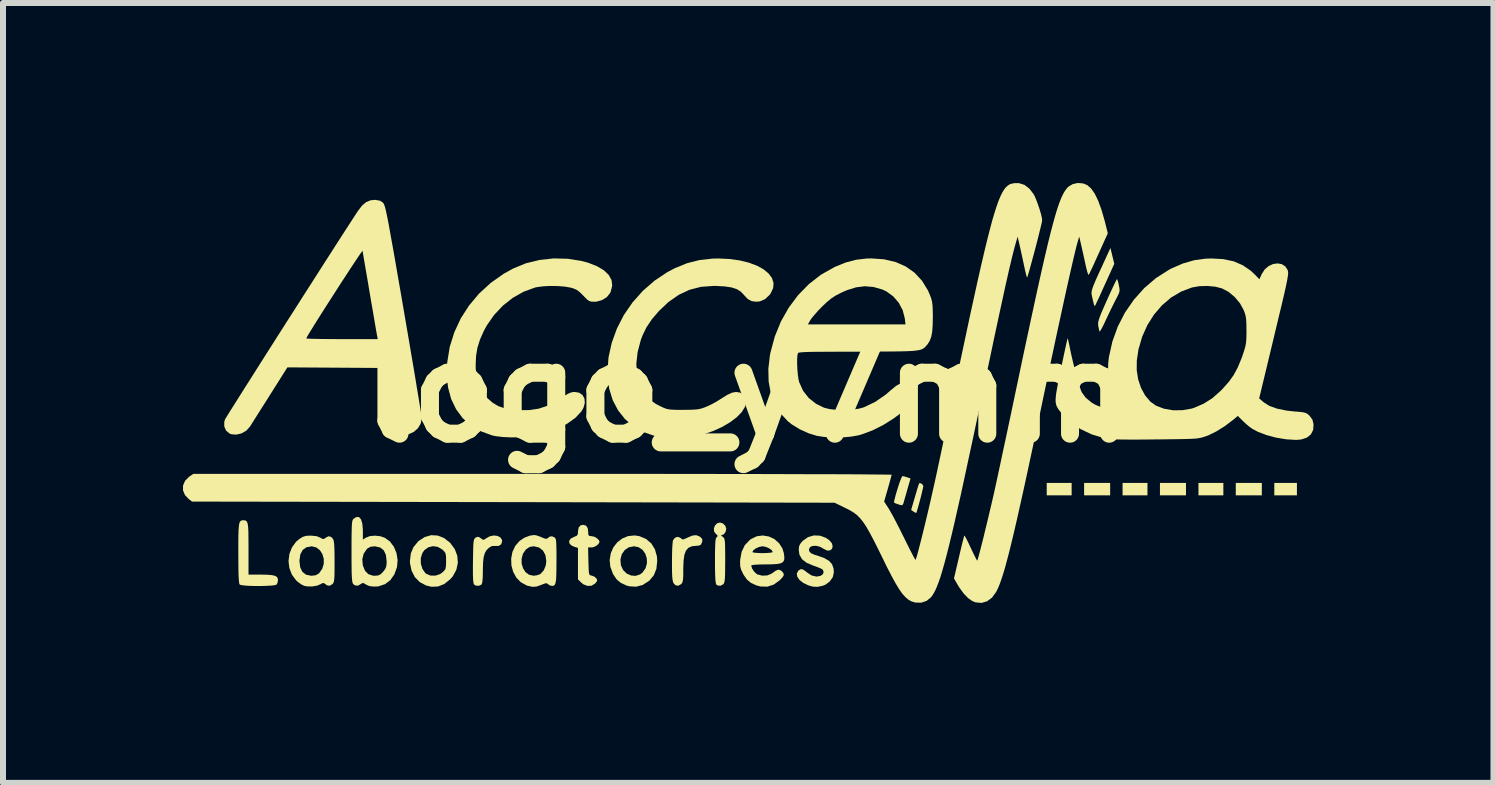
<source format=kicad_pcb>
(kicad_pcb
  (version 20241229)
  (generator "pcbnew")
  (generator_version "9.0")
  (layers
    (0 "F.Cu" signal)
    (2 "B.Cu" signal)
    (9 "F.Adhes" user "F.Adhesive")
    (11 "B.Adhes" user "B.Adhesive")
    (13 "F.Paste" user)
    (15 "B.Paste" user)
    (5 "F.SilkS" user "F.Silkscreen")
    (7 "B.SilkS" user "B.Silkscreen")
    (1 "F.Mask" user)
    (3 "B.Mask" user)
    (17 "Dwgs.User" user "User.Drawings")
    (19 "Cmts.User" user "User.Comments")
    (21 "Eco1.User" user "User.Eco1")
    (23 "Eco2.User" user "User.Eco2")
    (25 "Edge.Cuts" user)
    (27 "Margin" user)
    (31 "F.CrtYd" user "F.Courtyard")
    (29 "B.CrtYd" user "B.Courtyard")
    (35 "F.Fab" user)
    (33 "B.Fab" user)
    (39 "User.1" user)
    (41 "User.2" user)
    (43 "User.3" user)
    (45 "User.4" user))
  (footprint "logo_y7mm"
    (layer "F.Cu")
    (at 9.414 3.489)
    (property "Reference" "logo_y7mm" (at 0 0 0) (layer "F.SilkS") (effects (font (size 1.524 1.524) (thickness 0.3))))
    (attr board_only exclude_from_pos_files exclude_from_bom)
    (fp_poly (pts (xy 5.397 1.717) (xy 4.982 1.717) (xy 4.982 1.51) (xy 5.397 1.51)) (stroke (width 0) (type solid)) (fill yes) (layer "F.SilkS"))
    (fp_poly (pts (xy 6.039 1.717) (xy 5.605 1.717) (xy 5.605 1.51) (xy 6.039 1.51)) (stroke (width 0) (type solid)) (fill yes) (layer "F.SilkS"))
    (fp_poly (pts (xy 6.661 1.717) (xy 6.246 1.717) (xy 6.246 1.51) (xy 6.661 1.51)) (stroke (width 0) (type solid)) (fill yes) (layer "F.SilkS"))
    (fp_poly (pts (xy 7.303 1.717) (xy 6.869 1.717) (xy 6.869 1.51) (xy 7.303 1.51)) (stroke (width 0) (type solid)) (fill yes) (layer "F.SilkS"))
    (fp_poly (pts (xy 7.926 1.717) (xy 7.511 1.717) (xy 7.511 1.51) (xy 7.926 1.51)) (stroke (width 0) (type solid)) (fill yes) (layer "F.SilkS"))
    (fp_poly (pts (xy 8.567 1.717) (xy 8.133 1.717) (xy 8.133 1.51) (xy 8.567 1.51)) (stroke (width 0) (type solid)) (fill yes) (layer "F.SilkS"))
    (fp_poly (pts (xy 9.152 1.717) (xy 8.775 1.717) (xy 8.775 1.51) (xy 9.152 1.51)) (stroke (width 0) (type solid)) (fill yes) (layer "F.SilkS"))
    (fp_poly (pts (xy 2.908 1.532) (xy 2.924 1.559) (xy 2.925 1.564) (xy 2.92 1.591) (xy 2.908 1.644) (xy 2.891 1.715) (xy 2.871 1.793) (xy 2.85 1.87) (xy 2.831 1.938) (xy 2.816 1.988) (xy 2.808 2.01) (xy 2.808 2.01) (xy 2.79 2.005) (xy 2.762 1.988) (xy 2.722 1.961) (xy 2.786 1.742) (xy 2.811 1.657) (xy 2.832 1.586) (xy 2.848 1.537) (xy 2.856 1.516) (xy 2.856 1.516) (xy 2.879 1.514)) (stroke (width 0) (type solid)) (fill yes) (layer "F.SilkS"))
    (fp_poly (pts (xy 2.609 1.402) (xy 2.655 1.416) (xy 2.712 1.436) (xy 2.667 1.591) (xy 2.644 1.673) (xy 2.622 1.749) (xy 2.605 1.808) (xy 2.603 1.816) (xy 2.589 1.863) (xy 2.572 1.881) (xy 2.54 1.878) (xy 2.5 1.864) (xy 2.459 1.849) (xy 2.438 1.839) (xy 2.438 1.839) (xy 2.438 1.818) (xy 2.449 1.771) (xy 2.466 1.705) (xy 2.489 1.629) (xy 2.513 1.552) (xy 2.537 1.482) (xy 2.558 1.429) (xy 2.573 1.399) (xy 2.576 1.396)) (stroke (width 0) (type solid)) (fill yes) (layer "F.SilkS"))
    (fp_poly (pts (xy 6.076 -2.274) (xy 6.108 -2.142) (xy 5.95 -1.794) (xy 5.902 -1.689) (xy 5.86 -1.595) (xy 5.824 -1.519) (xy 5.799 -1.466) (xy 5.786 -1.44) (xy 5.786 -1.439) (xy 5.775 -1.447) (xy 5.768 -1.466) (xy 5.759 -1.504) (xy 5.745 -1.562) (xy 5.738 -1.595) (xy 5.732 -1.621) (xy 5.729 -1.646) (xy 5.729 -1.672) (xy 5.735 -1.704) (xy 5.748 -1.745) (xy 5.769 -1.799) (xy 5.799 -1.871) (xy 5.84 -1.963) (xy 5.894 -2.08) (xy 5.961 -2.226) (xy 5.996 -2.302) (xy 6.044 -2.406)) (stroke (width 0) (type solid)) (fill yes) (layer "F.SilkS"))
    (fp_poly (pts (xy 6.162 -1.87) (xy 6.175 -1.827) (xy 6.184 -1.785) (xy 6.194 -1.732) (xy 6.196 -1.692) (xy 6.186 -1.652) (xy 6.162 -1.601) (xy 6.137 -1.554) (xy 6.101 -1.483) (xy 6.055 -1.39) (xy 6.007 -1.29) (xy 5.97 -1.211) (xy 5.933 -1.132) (xy 5.9 -1.068) (xy 5.876 -1.027) (xy 5.864 -1.013) (xy 5.863 -1.013) (xy 5.855 -1.04) (xy 5.844 -1.089) (xy 5.841 -1.106) (xy 5.838 -1.136) (xy 5.84 -1.167) (xy 5.849 -1.206) (xy 5.866 -1.257) (xy 5.894 -1.327) (xy 5.934 -1.42) (xy 5.985 -1.535) (xy 6.033 -1.641) (xy 6.076 -1.734) (xy 6.112 -1.81) (xy 6.138 -1.862) (xy 6.151 -1.886) (xy 6.153 -1.887)) (stroke (width 0) (type solid)) (fill yes) (layer "F.SilkS"))
    (fp_poly (pts (xy -4.173 2.393) (xy -4.124 2.418) (xy -4.097 2.46) (xy -4.095 2.48) (xy -4.11 2.532) (xy -4.151 2.56) (xy -4.207 2.56) (xy -4.265 2.562) (xy -4.313 2.589) (xy -4.355 2.63) (xy -4.384 2.681) (xy -4.403 2.748) (xy -4.413 2.839) (xy -4.416 2.96) (xy -4.416 2.968) (xy -4.418 3.081) (xy -4.424 3.159) (xy -4.435 3.2) (xy -4.438 3.204) (xy -4.481 3.224) (xy -4.531 3.222) (xy -4.565 3.201) (xy -4.573 3.174) (xy -4.579 3.117) (xy -4.582 3.027) (xy -4.582 2.903) (xy -4.581 2.812) (xy -4.579 2.686) (xy -4.577 2.592) (xy -4.574 2.526) (xy -4.569 2.481) (xy -4.562 2.453) (xy -4.553 2.436) (xy -4.54 2.424) (xy -4.537 2.422) (xy -4.504 2.407) (xy -4.475 2.415) (xy -4.451 2.432) (xy -4.417 2.456) (xy -4.393 2.455) (xy -4.364 2.435) (xy -4.302 2.4) (xy -4.235 2.386)) (stroke (width 0) (type solid)) (fill yes) (layer "F.SilkS"))
    (fp_poly (pts (xy -8.381 2.134) (xy -8.361 2.142) (xy -8.346 2.161) (xy -8.335 2.195) (xy -8.328 2.249) (xy -8.324 2.326) (xy -8.323 2.431) (xy -8.322 2.568) (xy -8.322 2.608) (xy -8.322 3.038) (xy -8.125 3.038) (xy -8.011 3.04) (xy -7.93 3.047) (xy -7.876 3.06) (xy -7.845 3.081) (xy -7.833 3.111) (xy -7.831 3.128) (xy -7.839 3.176) (xy -7.854 3.204) (xy -7.882 3.214) (xy -7.939 3.221) (xy -8.018 3.225) (xy -8.109 3.228) (xy -8.205 3.228) (xy -8.297 3.226) (xy -8.377 3.221) (xy -8.437 3.214) (xy -8.468 3.205) (xy -8.469 3.204) (xy -8.477 3.185) (xy -8.482 3.141) (xy -8.487 3.07) (xy -8.49 2.97) (xy -8.491 2.838) (xy -8.492 2.68) (xy -8.492 2.522) (xy -8.491 2.397) (xy -8.488 2.303) (xy -8.483 2.234) (xy -8.476 2.187) (xy -8.465 2.157) (xy -8.45 2.141) (xy -8.431 2.134) (xy -8.407 2.132)) (stroke (width 0) (type solid)) (fill yes) (layer "F.SilkS"))
    (fp_poly (pts (xy -0.809 2.4) (xy -0.79 2.413) (xy -0.76 2.445) (xy -0.758 2.479) (xy -0.765 2.503) (xy -0.783 2.539) (xy -0.812 2.554) (xy -0.859 2.558) (xy -0.934 2.566) (xy -0.991 2.592) (xy -1.031 2.638) (xy -1.057 2.708) (xy -1.071 2.808) (xy -1.076 2.94) (xy -1.076 2.948) (xy -1.076 3.045) (xy -1.079 3.11) (xy -1.086 3.153) (xy -1.096 3.179) (xy -1.11 3.196) (xy -1.16 3.224) (xy -1.205 3.215) (xy -1.235 3.185) (xy -1.246 3.162) (xy -1.254 3.126) (xy -1.26 3.072) (xy -1.263 2.994) (xy -1.264 2.886) (xy -1.264 2.828) (xy -1.263 2.719) (xy -1.261 2.621) (xy -1.256 2.541) (xy -1.251 2.485) (xy -1.247 2.466) (xy -1.215 2.424) (xy -1.17 2.408) (xy -1.125 2.424) (xy -1.117 2.431) (xy -1.095 2.449) (xy -1.072 2.451) (xy -1.035 2.436) (xy -1.002 2.42) (xy -0.923 2.387) (xy -0.861 2.381)) (stroke (width 0) (type solid)) (fill yes) (layer "F.SilkS"))
    (fp_poly (pts (xy -0.414 2.186) (xy -0.375 2.225) (xy -0.359 2.272) (xy -0.37 2.324) (xy -0.397 2.363) (xy -0.429 2.378) (xy -0.447 2.382) (xy -0.434 2.397) (xy -0.419 2.407) (xy -0.405 2.419) (xy -0.394 2.433) (xy -0.387 2.457) (xy -0.382 2.494) (xy -0.379 2.551) (xy -0.378 2.633) (xy -0.377 2.745) (xy -0.377 2.802) (xy -0.378 2.932) (xy -0.379 3.029) (xy -0.382 3.099) (xy -0.387 3.146) (xy -0.395 3.176) (xy -0.404 3.194) (xy -0.407 3.197) (xy -0.455 3.224) (xy -0.503 3.219) (xy -0.525 3.204) (xy -0.533 3.182) (xy -0.54 3.131) (xy -0.544 3.051) (xy -0.547 2.938) (xy -0.547 2.81) (xy -0.547 2.679) (xy -0.545 2.581) (xy -0.542 2.51) (xy -0.538 2.463) (xy -0.531 2.434) (xy -0.521 2.417) (xy -0.519 2.415) (xy -0.501 2.395) (xy -0.513 2.376) (xy -0.528 2.365) (xy -0.561 2.322) (xy -0.566 2.27) (xy -0.548 2.22) (xy -0.511 2.183) (xy -0.464 2.17)) (stroke (width 0) (type solid)) (fill yes) (layer "F.SilkS"))
    (fp_poly (pts (xy -1.808 2.397) (xy -1.698 2.443) (xy -1.61 2.517) (xy -1.549 2.615) (xy -1.515 2.734) (xy -1.51 2.813) (xy -1.524 2.942) (xy -1.566 3.048) (xy -1.637 3.134) (xy -1.65 3.145) (xy -1.755 3.212) (xy -1.865 3.24) (xy -1.98 3.232) (xy -2.028 3.218) (xy -2.118 3.175) (xy -2.186 3.118) (xy -2.243 3.034) (xy -2.25 3.02) (xy -2.292 2.905) (xy -2.303 2.791) (xy -2.301 2.783) (xy -2.123 2.783) (xy -2.116 2.877) (xy -2.114 2.886) (xy -2.077 2.964) (xy -2.018 3.021) (xy -1.946 3.053) (xy -1.87 3.059) (xy -1.796 3.035) (xy -1.755 3.003) (xy -1.704 2.931) (xy -1.681 2.849) (xy -1.684 2.766) (xy -1.709 2.689) (xy -1.755 2.625) (xy -1.82 2.582) (xy -1.897 2.566) (xy -1.983 2.583) (xy -2.052 2.629) (xy -2.1 2.698) (xy -2.123 2.783) (xy -2.301 2.783) (xy -2.284 2.682) (xy -2.241 2.584) (xy -2.176 2.5) (xy -2.093 2.436) (xy -1.995 2.396) (xy -1.886 2.385)) (stroke (width 0) (type solid)) (fill yes) (layer "F.SilkS"))
    (fp_poly (pts (xy -2.696 2.222) (xy -2.668 2.264) (xy -2.661 2.325) (xy -2.658 2.372) (xy -2.645 2.392) (xy -2.612 2.397) (xy -2.604 2.397) (xy -2.555 2.408) (xy -2.508 2.437) (xy -2.477 2.472) (xy -2.472 2.491) (xy -2.488 2.526) (xy -2.528 2.56) (xy -2.578 2.582) (xy -2.605 2.585) (xy -2.662 2.585) (xy -2.657 2.816) (xy -2.654 2.913) (xy -2.651 2.978) (xy -2.646 3.019) (xy -2.638 3.04) (xy -2.625 3.05) (xy -2.605 3.054) (xy -2.604 3.054) (xy -2.557 3.072) (xy -2.521 3.105) (xy -2.51 3.136) (xy -2.522 3.159) (xy -2.548 3.189) (xy -2.605 3.223) (xy -2.674 3.226) (xy -2.742 3.199) (xy -2.775 3.172) (xy -2.831 3.117) (xy -2.831 2.593) (xy -2.89 2.575) (xy -2.938 2.553) (xy -2.97 2.524) (xy -2.97 2.524) (xy -2.979 2.48) (xy -2.954 2.44) (xy -2.899 2.41) (xy -2.89 2.407) (xy -2.85 2.39) (xy -2.833 2.362) (xy -2.831 2.321) (xy -2.82 2.254) (xy -2.787 2.217) (xy -2.746 2.208)) (stroke (width 0) (type solid)) (fill yes) (layer "F.SilkS"))
    (fp_poly (pts (xy -5.17 2.387) (xy -5.064 2.428) (xy -4.966 2.504) (xy -4.96 2.51) (xy -4.884 2.613) (xy -4.842 2.725) (xy -4.833 2.843) (xy -4.858 2.958) (xy -4.916 3.065) (xy -4.961 3.116) (xy -5.06 3.195) (xy -5.163 3.236) (xy -5.273 3.241) (xy -5.366 3.218) (xy -5.469 3.162) (xy -5.55 3.079) (xy -5.604 2.974) (xy -5.63 2.851) (xy -5.632 2.812) (xy -5.626 2.764) (xy -5.451 2.764) (xy -5.45 2.854) (xy -5.425 2.94) (xy -5.378 3.009) (xy -5.355 3.028) (xy -5.286 3.055) (xy -5.205 3.055) (xy -5.128 3.028) (xy -5.091 3.002) (xy -5.058 2.971) (xy -5.04 2.942) (xy -5.032 2.902) (xy -5.029 2.842) (xy -5.029 2.812) (xy -5.03 2.74) (xy -5.036 2.694) (xy -5.05 2.663) (xy -5.077 2.634) (xy -5.091 2.621) (xy -5.166 2.576) (xy -5.247 2.564) (xy -5.325 2.583) (xy -5.392 2.631) (xy -5.425 2.68) (xy -5.451 2.764) (xy -5.626 2.764) (xy -5.617 2.686) (xy -5.573 2.58) (xy -5.496 2.487) (xy -5.484 2.476) (xy -5.384 2.411) (xy -5.278 2.381)) (stroke (width 0) (type solid)) (fill yes) (layer "F.SilkS"))
    (fp_poly (pts (xy 1.203 2.389) (xy 1.302 2.426) (xy 1.358 2.465) (xy 1.401 2.516) (xy 1.414 2.566) (xy 1.403 2.608) (xy 1.372 2.634) (xy 1.326 2.638) (xy 1.27 2.612) (xy 1.262 2.607) (xy 1.203 2.574) (xy 1.139 2.558) (xy 1.081 2.56) (xy 1.038 2.579) (xy 1.019 2.615) (xy 1.019 2.62) (xy 1.026 2.654) (xy 1.053 2.681) (xy 1.106 2.705) (xy 1.163 2.723) (xy 1.275 2.763) (xy 1.354 2.809) (xy 1.404 2.865) (xy 1.429 2.936) (xy 1.434 2.999) (xy 1.417 3.078) (xy 1.368 3.15) (xy 1.297 3.204) (xy 1.249 3.224) (xy 1.162 3.242) (xy 1.085 3.239) (xy 1.014 3.219) (xy 0.927 3.178) (xy 0.863 3.129) (xy 0.825 3.075) (xy 0.816 3.022) (xy 0.84 2.975) (xy 0.841 2.973) (xy 0.878 2.948) (xy 0.916 2.951) (xy 0.964 2.983) (xy 0.984 3) (xy 1.064 3.053) (xy 1.146 3.071) (xy 1.213 3.059) (xy 1.253 3.029) (xy 1.264 2.99) (xy 1.245 2.952) (xy 1.241 2.949) (xy 1.212 2.934) (xy 1.158 2.912) (xy 1.092 2.889) (xy 1.091 2.888) (xy 0.98 2.841) (xy 0.904 2.782) (xy 0.861 2.709) (xy 0.849 2.63) (xy 0.853 2.573) (xy 0.87 2.53) (xy 0.908 2.484) (xy 0.92 2.472) (xy 1.004 2.413) (xy 1.101 2.385)) (stroke (width 0) (type solid)) (fill yes) (layer "F.SilkS"))
    (fp_poly (pts (xy -7.189 2.397) (xy -7.126 2.422) (xy -7.087 2.444) (xy -7.063 2.443) (xy -7.04 2.426) (xy -6.991 2.399) (xy -6.946 2.409) (xy -6.917 2.439) (xy -6.906 2.461) (xy -6.898 2.495) (xy -6.893 2.546) (xy -6.89 2.62) (xy -6.888 2.723) (xy -6.888 2.822) (xy -6.888 2.945) (xy -6.889 3.036) (xy -6.892 3.1) (xy -6.897 3.143) (xy -6.905 3.171) (xy -6.915 3.188) (xy -6.922 3.196) (xy -6.97 3.224) (xy -7.015 3.216) (xy -7.04 3.197) (xy -7.068 3.178) (xy -7.094 3.182) (xy -7.119 3.197) (xy -7.182 3.223) (xy -7.265 3.236) (xy -7.348 3.234) (xy -7.393 3.225) (xy -7.443 3.201) (xy -7.5 3.159) (xy -7.529 3.133) (xy -7.6 3.037) (xy -7.642 2.926) (xy -7.655 2.812) (xy -7.473 2.812) (xy -7.461 2.916) (xy -7.424 2.992) (xy -7.364 3.039) (xy -7.28 3.057) (xy -7.27 3.057) (xy -7.203 3.049) (xy -7.154 3.022) (xy -7.143 3.012) (xy -7.093 2.94) (xy -7.068 2.859) (xy -7.068 2.776) (xy -7.09 2.697) (xy -7.132 2.632) (xy -7.191 2.586) (xy -7.266 2.567) (xy -7.273 2.567) (xy -7.358 2.583) (xy -7.42 2.628) (xy -7.459 2.702) (xy -7.473 2.804) (xy -7.473 2.812) (xy -7.655 2.812) (xy -7.655 2.809) (xy -7.64 2.692) (xy -7.597 2.583) (xy -7.528 2.489) (xy -7.475 2.444) (xy -7.418 2.409) (xy -7.363 2.392) (xy -7.291 2.388) (xy -7.286 2.388)) (stroke (width 0) (type solid)) (fill yes) (layer "F.SilkS"))
    (fp_poly (pts (xy -3.518 2.386) (xy -3.462 2.405) (xy -3.438 2.416) (xy -3.386 2.437) (xy -3.356 2.442) (xy -3.334 2.43) (xy -3.328 2.425) (xy -3.292 2.4) (xy -3.253 2.403) (xy -3.226 2.416) (xy -3.213 2.425) (xy -3.204 2.44) (xy -3.197 2.466) (xy -3.193 2.508) (xy -3.191 2.571) (xy -3.189 2.661) (xy -3.189 2.782) (xy -3.189 2.809) (xy -3.19 2.945) (xy -3.192 3.048) (xy -3.196 3.123) (xy -3.204 3.173) (xy -3.215 3.204) (xy -3.232 3.221) (xy -3.254 3.226) (xy -3.267 3.227) (xy -3.307 3.214) (xy -3.328 3.199) (xy -3.349 3.183) (xy -3.376 3.184) (xy -3.42 3.2) (xy -3.438 3.208) (xy -3.519 3.237) (xy -3.592 3.242) (xy -3.675 3.222) (xy -3.689 3.217) (xy -3.784 3.165) (xy -3.859 3.088) (xy -3.911 2.992) (xy -3.94 2.885) (xy -3.944 2.772) (xy -3.944 2.771) (xy -3.77 2.771) (xy -3.77 2.853) (xy -3.747 2.931) (xy -3.706 2.996) (xy -3.647 3.04) (xy -3.573 3.057) (xy -3.572 3.057) (xy -3.512 3.049) (xy -3.462 3.031) (xy -3.457 3.028) (xy -3.401 2.967) (xy -3.367 2.883) (xy -3.359 2.812) (xy -3.373 2.714) (xy -3.414 2.638) (xy -3.478 2.587) (xy -3.561 2.567) (xy -3.572 2.566) (xy -3.637 2.577) (xy -3.691 2.613) (xy -3.699 2.62) (xy -3.748 2.69) (xy -3.77 2.771) (xy -3.944 2.771) (xy -3.924 2.662) (xy -3.877 2.561) (xy -3.806 2.478) (xy -3.724 2.423) (xy -3.631 2.388) (xy -3.557 2.378)) (stroke (width 0) (type solid)) (fill yes) (layer "F.SilkS"))
    (fp_poly (pts (xy 0.349 2.402) (xy 0.442 2.445) (xy 0.519 2.513) (xy 0.576 2.601) (xy 0.6 2.68) (xy 0.609 2.746) (xy 0.606 2.794) (xy 0.587 2.828) (xy 0.548 2.85) (xy 0.484 2.862) (xy 0.39 2.867) (xy 0.282 2.868) (xy 0.176 2.87) (xy 0.102 2.875) (xy 0.063 2.882) (xy 0.057 2.888) (xy 0.071 2.936) (xy 0.105 2.988) (xy 0.148 3.028) (xy 0.16 3.035) (xy 0.243 3.056) (xy 0.328 3.051) (xy 0.4 3.02) (xy 0.409 3.013) (xy 0.469 2.97) (xy 0.513 2.956) (xy 0.55 2.968) (xy 0.567 2.982) (xy 0.595 3.016) (xy 0.599 3.047) (xy 0.579 3.083) (xy 0.531 3.133) (xy 0.529 3.135) (xy 0.431 3.205) (xy 0.325 3.239) (xy 0.212 3.236) (xy 0.143 3.218) (xy 0.053 3.177) (xy -0.013 3.122) (xy -0.069 3.043) (xy -0.082 3.018) (xy -0.112 2.955) (xy -0.126 2.902) (xy -0.129 2.841) (xy -0.127 2.79) (xy -0.104 2.662) (xy 0.075 2.662) (xy 0.093 2.67) (xy 0.14 2.676) (xy 0.207 2.679) (xy 0.245 2.68) (xy 0.32 2.678) (xy 0.378 2.673) (xy 0.411 2.666) (xy 0.415 2.662) (xy 0.399 2.631) (xy 0.357 2.601) (xy 0.303 2.577) (xy 0.248 2.566) (xy 0.245 2.566) (xy 0.191 2.576) (xy 0.136 2.599) (xy 0.094 2.63) (xy 0.076 2.661) (xy 0.075 2.662) (xy -0.104 2.662) (xy -0.103 2.658) (xy -0.051 2.549) (xy 0.031 2.462) (xy 0.053 2.445) (xy 0.148 2.399) (xy 0.249 2.386)) (stroke (width 0) (type solid)) (fill yes) (layer "F.SilkS"))
    (fp_poly (pts (xy -6.478 2.081) (xy -6.446 2.119) (xy -6.425 2.189) (xy -6.416 2.29) (xy -6.416 2.307) (xy -6.416 2.454) (xy -6.366 2.422) (xy -6.301 2.397) (xy -6.216 2.389) (xy -6.127 2.398) (xy -6.051 2.424) (xy -5.965 2.486) (xy -5.899 2.574) (xy -5.855 2.68) (xy -5.837 2.796) (xy -5.847 2.912) (xy -5.89 3.033) (xy -5.957 3.129) (xy -6.044 3.196) (xy -6.149 3.232) (xy -6.173 3.236) (xy -6.238 3.237) (xy -6.297 3.231) (xy -6.309 3.228) (xy -6.358 3.207) (xy -6.389 3.188) (xy -6.417 3.176) (xy -6.448 3.193) (xy -6.451 3.196) (xy -6.503 3.224) (xy -6.552 3.215) (xy -6.575 3.197) (xy -6.584 3.184) (xy -6.591 3.161) (xy -6.596 3.125) (xy -6.6 3.07) (xy -6.603 2.993) (xy -6.604 2.89) (xy -6.605 2.784) (xy -6.426 2.784) (xy -6.417 2.884) (xy -6.417 2.885) (xy -6.38 2.974) (xy -6.326 3.03) (xy -6.253 3.055) (xy -6.221 3.057) (xy -6.163 3.053) (xy -6.122 3.034) (xy -6.079 2.992) (xy -6.078 2.99) (xy -6.044 2.945) (xy -6.026 2.902) (xy -6.02 2.845) (xy -6.02 2.815) (xy -6.032 2.71) (xy -6.068 2.633) (xy -6.128 2.586) (xy -6.212 2.567) (xy -6.223 2.567) (xy -6.29 2.574) (xy -6.339 2.602) (xy -6.349 2.611) (xy -6.403 2.69) (xy -6.426 2.784) (xy -6.605 2.784) (xy -6.605 2.756) (xy -6.605 2.653) (xy -6.605 2.499) (xy -6.604 2.379) (xy -6.602 2.288) (xy -6.6 2.221) (xy -6.596 2.174) (xy -6.591 2.143) (xy -6.583 2.123) (xy -6.573 2.11) (xy -6.57 2.107) (xy -6.52 2.076)) (stroke (width 0) (type solid)) (fill yes) (layer "F.SilkS"))
    (fp_poly (pts (xy -3 -2.226) (xy -2.769 -2.189) (xy -2.661 -2.16) (xy -2.514 -2.102) (xy -2.399 -2.034) (xy -2.318 -1.956) (xy -2.271 -1.87) (xy -2.26 -1.777) (xy -2.285 -1.679) (xy -2.295 -1.656) (xy -2.35 -1.587) (xy -2.43 -1.537) (xy -2.523 -1.511) (xy -2.555 -1.51) (xy -2.604 -1.511) (xy -2.641 -1.521) (xy -2.675 -1.544) (xy -2.719 -1.587) (xy -2.744 -1.613) (xy -2.802 -1.671) (xy -2.852 -1.708) (xy -2.907 -1.732) (xy -2.953 -1.745) (xy -3.048 -1.762) (xy -3.165 -1.771) (xy -3.292 -1.773) (xy -3.413 -1.767) (xy -3.516 -1.753) (xy -3.548 -1.746) (xy -3.737 -1.677) (xy -3.917 -1.575) (xy -4.083 -1.444) (xy -4.229 -1.289) (xy -4.351 -1.114) (xy -4.398 -1.028) (xy -4.464 -0.879) (xy -4.507 -0.742) (xy -4.53 -0.601) (xy -4.536 -0.442) (xy -4.536 -0.434) (xy -4.53 -0.289) (xy -4.508 -0.171) (xy -4.47 -0.071) (xy -4.41 0.02) (xy -4.342 0.096) (xy -4.251 0.175) (xy -4.156 0.231) (xy -4.048 0.268) (xy -3.918 0.29) (xy -3.821 0.297) (xy -3.643 0.296) (xy -3.484 0.272) (xy -3.334 0.222) (xy -3.183 0.143) (xy -3.078 0.074) (xy -3.003 0.026) (xy -2.943 0.001) (xy -2.89 -0.007) (xy -2.812 0.006) (xy -2.755 0.045) (xy -2.723 0.104) (xy -2.717 0.177) (xy -2.739 0.258) (xy -2.774 0.318) (xy -2.873 0.424) (xy -3.008 0.521) (xy -3.179 0.609) (xy -3.385 0.687) (xy -3.434 0.703) (xy -3.536 0.725) (xy -3.664 0.741) (xy -3.806 0.749) (xy -3.951 0.751) (xy -4.088 0.744) (xy -4.206 0.73) (xy -4.261 0.718) (xy -4.45 0.649) (xy -4.614 0.553) (xy -4.752 0.43) (xy -4.862 0.282) (xy -4.944 0.112) (xy -4.996 -0.08) (xy -5.015 -0.25) (xy -5.009 -0.506) (xy -4.968 -0.758) (xy -4.892 -1) (xy -4.785 -1.231) (xy -4.647 -1.446) (xy -4.48 -1.645) (xy -4.286 -1.823) (xy -4.068 -1.977) (xy -3.912 -2.063) (xy -3.701 -2.15) (xy -3.474 -2.206) (xy -3.237 -2.232)) (stroke (width 0) (type solid)) (fill yes) (layer "F.SilkS"))
    (fp_poly (pts (xy -0.303 -2.222) (xy -0.132 -2.198) (xy 0.021 -2.16) (xy 0.154 -2.11) (xy 0.263 -2.05) (xy 0.347 -1.98) (xy 0.403 -1.904) (xy 0.429 -1.822) (xy 0.422 -1.736) (xy 0.38 -1.648) (xy 0.367 -1.629) (xy 0.291 -1.556) (xy 0.201 -1.516) (xy 0.143 -1.51) (xy 0.063 -1.52) (xy -0.001 -1.555) (xy -0.062 -1.62) (xy -0.064 -1.623) (xy -0.117 -1.678) (xy -0.184 -1.72) (xy -0.27 -1.748) (xy -0.382 -1.765) (xy -0.523 -1.773) (xy -0.579 -1.773) (xy -0.782 -1.758) (xy -0.972 -1.709) (xy -1.151 -1.625) (xy -1.322 -1.506) (xy -1.481 -1.356) (xy -1.599 -1.218) (xy -1.689 -1.084) (xy -1.757 -0.943) (xy -1.784 -0.871) (xy -1.837 -0.669) (xy -1.858 -0.476) (xy -1.846 -0.295) (xy -1.803 -0.129) (xy -1.774 -0.064) (xy -1.712 0.04) (xy -1.634 0.123) (xy -1.531 0.194) (xy -1.454 0.234) (xy -1.402 0.258) (xy -1.359 0.274) (xy -1.315 0.284) (xy -1.261 0.289) (xy -1.188 0.292) (xy -1.087 0.292) (xy -1.076 0.292) (xy -0.969 0.291) (xy -0.89 0.288) (xy -0.829 0.282) (xy -0.778 0.271) (xy -0.727 0.254) (xy -0.694 0.241) (xy -0.612 0.204) (xy -0.521 0.154) (xy -0.443 0.105) (xy -0.344 0.043) (xy -0.264 0.006) (xy -0.197 -0.006) (xy -0.137 0.003) (xy -0.122 0.008) (xy -0.063 0.051) (xy -0.033 0.114) (xy -0.033 0.193) (xy -0.048 0.243) (xy -0.1 0.328) (xy -0.183 0.414) (xy -0.293 0.497) (xy -0.425 0.575) (xy -0.573 0.643) (xy -0.733 0.698) (xy -0.736 0.699) (xy -0.833 0.72) (xy -0.954 0.736) (xy -1.089 0.746) (xy -1.228 0.75) (xy -1.36 0.748) (xy -1.474 0.74) (xy -1.555 0.726) (xy -1.743 0.661) (xy -1.908 0.566) (xy -2.049 0.444) (xy -2.164 0.298) (xy -2.252 0.13) (xy -2.31 -0.058) (xy -2.338 -0.263) (xy -2.34 -0.333) (xy -2.322 -0.581) (xy -2.268 -0.826) (xy -2.182 -1.063) (xy -2.066 -1.289) (xy -1.921 -1.499) (xy -1.75 -1.691) (xy -1.556 -1.86) (xy -1.342 -2.003) (xy -1.216 -2.069) (xy -1.01 -2.153) (xy -0.804 -2.205) (xy -0.587 -2.229) (xy -0.491 -2.231)) (stroke (width 0) (type solid)) (fill yes) (layer "F.SilkS"))
    (fp_poly (pts (xy 5.587 -3.482) (xy 5.657 -3.454) (xy 5.721 -3.398) (xy 5.782 -3.312) (xy 5.839 -3.195) (xy 5.894 -3.044) (xy 5.948 -2.858) (xy 5.962 -2.802) (xy 6 -2.651) (xy 5.847 -2.312) (xy 5.799 -2.207) (xy 5.757 -2.113) (xy 5.721 -2.037) (xy 5.695 -1.983) (xy 5.682 -1.958) (xy 5.681 -1.957) (xy 5.672 -1.968) (xy 5.658 -2.007) (xy 5.642 -2.069) (xy 5.635 -2.099) (xy 5.614 -2.195) (xy 5.59 -2.307) (xy 5.566 -2.411) (xy 5.563 -2.425) (xy 5.524 -2.595) (xy 5.498 -2.51) (xy 5.478 -2.437) (xy 5.451 -2.327) (xy 5.417 -2.183) (xy 5.376 -2.004) (xy 5.328 -1.791) (xy 5.274 -1.546) (xy 5.214 -1.269) (xy 5.147 -0.961) (xy 5.075 -0.624) (xy 4.997 -0.257) (xy 4.963 -0.094) (xy 4.876 0.32) (xy 4.795 0.7) (xy 4.721 1.046) (xy 4.654 1.359) (xy 4.592 1.643) (xy 4.535 1.898) (xy 4.484 2.126) (xy 4.437 2.329) (xy 4.394 2.508) (xy 4.355 2.666) (xy 4.319 2.804) (xy 4.287 2.923) (xy 4.256 3.025) (xy 4.228 3.112) (xy 4.202 3.186) (xy 4.177 3.248) (xy 4.153 3.3) (xy 4.137 3.33) (xy 4.069 3.423) (xy 3.987 3.483) (xy 3.896 3.51) (xy 3.798 3.501) (xy 3.74 3.478) (xy 3.673 3.431) (xy 3.6 3.356) (xy 3.529 3.259) (xy 3.491 3.197) (xy 3.436 3.102) (xy 3.519 2.748) (xy 3.545 2.637) (xy 3.568 2.54) (xy 3.588 2.462) (xy 3.602 2.409) (xy 3.609 2.386) (xy 3.609 2.386) (xy 3.619 2.399) (xy 3.642 2.44) (xy 3.674 2.504) (xy 3.711 2.583) (xy 3.717 2.595) (xy 3.755 2.676) (xy 3.788 2.743) (xy 3.812 2.788) (xy 3.823 2.806) (xy 3.824 2.806) (xy 3.832 2.784) (xy 3.847 2.731) (xy 3.869 2.65) (xy 3.895 2.547) (xy 3.926 2.426) (xy 3.958 2.292) (xy 3.993 2.15) (xy 4.027 2.005) (xy 4.061 1.862) (xy 4.093 1.724) (xy 4.121 1.598) (xy 4.122 1.595) (xy 4.144 1.492) (xy 4.173 1.357) (xy 4.208 1.195) (xy 4.247 1.01) (xy 4.291 0.807) (xy 4.337 0.59) (xy 4.385 0.364) (xy 4.433 0.135) (xy 4.481 -0.094) (xy 4.49 -0.135) (xy 4.575 -0.541) (xy 4.654 -0.911) (xy 4.726 -1.247) (xy 4.792 -1.552) (xy 4.852 -1.826) (xy 4.907 -2.072) (xy 4.957 -2.29) (xy 5.003 -2.484) (xy 5.045 -2.654) (xy 5.084 -2.802) (xy 5.119 -2.93) (xy 5.152 -3.04) (xy 5.183 -3.133) (xy 5.212 -3.21) (xy 5.24 -3.275) (xy 5.267 -3.327) (xy 5.294 -3.37) (xy 5.321 -3.404) (xy 5.341 -3.426) (xy 5.412 -3.469) (xy 5.498 -3.489)) (stroke (width 0) (type solid)) (fill yes) (layer "F.SilkS"))
    (fp_poly (pts (xy 2.271 -2.217) (xy 2.463 -2.172) (xy 2.633 -2.097) (xy 2.78 -1.993) (xy 2.903 -1.86) (xy 3.002 -1.699) (xy 3.039 -1.613) (xy 3.058 -1.56) (xy 3.071 -1.508) (xy 3.079 -1.449) (xy 3.082 -1.371) (xy 3.084 -1.267) (xy 3.084 -1.255) (xy 3.081 -1.116) (xy 3.073 -1.009) (xy 3.057 -0.925) (xy 3.032 -0.859) (xy 2.997 -0.803) (xy 2.987 -0.791) (xy 2.966 -0.767) (xy 2.947 -0.747) (xy 2.924 -0.73) (xy 2.897 -0.716) (xy 2.86 -0.705) (xy 2.811 -0.697) (xy 2.747 -0.69) (xy 2.665 -0.686) (xy 2.561 -0.683) (xy 2.432 -0.681) (xy 2.276 -0.68) (xy 2.089 -0.679) (xy 1.868 -0.679) (xy 1.832 -0.679) (xy 1.602 -0.679) (xy 1.407 -0.678) (xy 1.245 -0.677) (xy 1.114 -0.676) (xy 1.011 -0.673) (xy 0.935 -0.67) (xy 0.882 -0.666) (xy 0.85 -0.662) (xy 0.837 -0.657) (xy 0.837 -0.656) (xy 0.827 -0.619) (xy 0.822 -0.554) (xy 0.822 -0.471) (xy 0.826 -0.381) (xy 0.834 -0.292) (xy 0.845 -0.215) (xy 0.856 -0.17) (xy 0.921 -0.026) (xy 1.017 0.096) (xy 1.139 0.192) (xy 1.269 0.256) (xy 1.361 0.279) (xy 1.477 0.292) (xy 1.605 0.295) (xy 1.733 0.289) (xy 1.849 0.273) (xy 1.933 0.25) (xy 2.124 0.159) (xy 2.301 0.036) (xy 2.368 -0.023) (xy 2.469 -0.106) (xy 2.556 -0.156) (xy 2.632 -0.172) (xy 2.7 -0.157) (xy 2.757 -0.115) (xy 2.799 -0.054) (xy 2.81 0.013) (xy 2.789 0.088) (xy 2.735 0.17) (xy 2.646 0.263) (xy 2.524 0.366) (xy 2.425 0.439) (xy 2.26 0.543) (xy 2.083 0.632) (xy 1.908 0.698) (xy 1.842 0.717) (xy 1.717 0.739) (xy 1.569 0.752) (xy 1.415 0.753) (xy 1.266 0.743) (xy 1.151 0.725) (xy 1.011 0.682) (xy 0.866 0.616) (xy 0.734 0.535) (xy 0.668 0.483) (xy 0.544 0.349) (xy 0.449 0.193) (xy 0.383 0.016) (xy 0.347 -0.179) (xy 0.342 -0.39) (xy 0.368 -0.614) (xy 0.377 -0.66) (xy 0.449 -0.929) (xy 0.532 -1.132) (xy 1.001 -1.132) (xy 2.628 -1.132) (xy 2.617 -1.23) (xy 2.582 -1.367) (xy 2.516 -1.492) (xy 2.424 -1.599) (xy 2.31 -1.682) (xy 2.239 -1.715) (xy 2.093 -1.756) (xy 1.95 -1.768) (xy 1.804 -1.75) (xy 1.648 -1.701) (xy 1.549 -1.657) (xy 1.463 -1.612) (xy 1.388 -1.563) (xy 1.314 -1.501) (xy 1.237 -1.428) (xy 1.17 -1.359) (xy 1.11 -1.291) (xy 1.064 -1.235) (xy 1.042 -1.203) (xy 1.001 -1.132) (xy 0.532 -1.132) (xy 0.551 -1.18) (xy 0.682 -1.411) (xy 0.838 -1.62) (xy 1.018 -1.804) (xy 1.22 -1.961) (xy 1.442 -2.086) (xy 1.456 -2.093) (xy 1.634 -2.165) (xy 1.802 -2.209) (xy 1.976 -2.23) (xy 2.058 -2.232)) (stroke (width 0) (type solid)) (fill yes) (layer "F.SilkS"))
    (fp_poly (pts (xy -6.131 -3.194) (xy -6.086 -3.166) (xy -6.078 -3.157) (xy -6.07 -3.146) (xy -6.062 -3.13) (xy -6.053 -3.106) (xy -6.043 -3.072) (xy -6.032 -3.027) (xy -6.019 -2.967) (xy -6.003 -2.89) (xy -5.985 -2.795) (xy -5.964 -2.679) (xy -5.939 -2.539) (xy -5.909 -2.374) (xy -5.875 -2.181) (xy -5.837 -1.958) (xy -5.792 -1.702) (xy -5.742 -1.411) (xy -5.736 -1.378) (xy -5.693 -1.125) (xy -5.651 -0.881) (xy -5.612 -0.651) (xy -5.575 -0.435) (xy -5.542 -0.237) (xy -5.513 -0.059) (xy -5.487 0.095) (xy -5.466 0.224) (xy -5.45 0.324) (xy -5.44 0.393) (xy -5.435 0.427) (xy -5.435 0.43) (xy -5.452 0.521) (xy -5.499 0.6) (xy -5.568 0.66) (xy -5.653 0.698) (xy -5.746 0.706) (xy -5.794 0.698) (xy -5.851 0.676) (xy -5.885 0.64) (xy -5.897 0.617) (xy -5.907 0.582) (xy -5.922 0.516) (xy -5.941 0.424) (xy -5.962 0.312) (xy -5.985 0.186) (xy -6.005 0.075) (xy -6.088 -0.406) (xy -6.881 -0.411) (xy -7.674 -0.416) (xy -7.974 0.059) (xy -8.051 0.181) (xy -8.123 0.294) (xy -8.186 0.394) (xy -8.238 0.476) (xy -8.276 0.537) (xy -8.298 0.571) (xy -8.301 0.575) (xy -8.36 0.64) (xy -8.438 0.684) (xy -8.524 0.705) (xy -8.606 0.699) (xy -8.638 0.687) (xy -8.696 0.638) (xy -8.726 0.57) (xy -8.726 0.492) (xy -8.714 0.452) (xy -8.701 0.43) (xy -8.669 0.378) (xy -8.621 0.3) (xy -8.556 0.198) (xy -8.478 0.074) (xy -8.388 -0.069) (xy -8.286 -0.229) (xy -8.176 -0.403) (xy -8.058 -0.589) (xy -7.934 -0.784) (xy -7.861 -0.899) (xy -7.36 -0.899) (xy -7.341 -0.896) (xy -7.29 -0.893) (xy -7.21 -0.891) (xy -7.106 -0.889) (xy -6.981 -0.888) (xy -6.842 -0.887) (xy -6.764 -0.887) (xy -6.168 -0.887) (xy -6.178 -0.939) (xy -6.183 -0.966) (xy -6.194 -1.026) (xy -6.209 -1.114) (xy -6.228 -1.225) (xy -6.25 -1.355) (xy -6.275 -1.498) (xy -6.301 -1.65) (xy -6.327 -1.807) (xy -6.354 -1.963) (xy -6.38 -2.114) (xy -6.404 -2.255) (xy -6.421 -2.358) (xy -6.431 -2.347) (xy -6.46 -2.308) (xy -6.503 -2.244) (xy -6.559 -2.16) (xy -6.626 -2.059) (xy -6.7 -1.945) (xy -6.781 -1.821) (xy -6.864 -1.692) (xy -6.948 -1.561) (xy -7.031 -1.432) (xy -7.109 -1.309) (xy -7.181 -1.195) (xy -7.244 -1.094) (xy -7.296 -1.01) (xy -7.334 -0.947) (xy -7.355 -0.909) (xy -7.36 -0.899) (xy -7.861 -0.899) (xy -7.806 -0.985) (xy -7.675 -1.191) (xy -7.542 -1.398) (xy -7.411 -1.604) (xy -7.281 -1.807) (xy -7.155 -2.004) (xy -7.035 -2.192) (xy -6.921 -2.369) (xy -6.816 -2.533) (xy -6.721 -2.68) (xy -6.637 -2.81) (xy -6.567 -2.918) (xy -6.512 -3.002) (xy -6.499 -3.022) (xy -6.43 -3.112) (xy -6.362 -3.17) (xy -6.287 -3.201) (xy -6.211 -3.208)) (stroke (width 0) (type solid)) (fill yes) (layer "F.SilkS"))
    (fp_poly (pts (xy 4.521 -3.486) (xy 4.61 -3.458) (xy 4.692 -3.396) (xy 4.761 -3.306) (xy 4.776 -3.28) (xy 4.804 -3.217) (xy 4.834 -3.137) (xy 4.863 -3.051) (xy 4.887 -2.97) (xy 4.902 -2.904) (xy 4.906 -2.871) (xy 4.902 -2.842) (xy 4.889 -2.785) (xy 4.869 -2.703) (xy 4.845 -2.605) (xy 4.817 -2.495) (xy 4.787 -2.38) (xy 4.756 -2.265) (xy 4.727 -2.158) (xy 4.701 -2.062) (xy 4.679 -1.986) (xy 4.663 -1.934) (xy 4.655 -1.913) (xy 4.648 -1.927) (xy 4.636 -1.971) (xy 4.62 -2.037) (xy 4.605 -2.108) (xy 4.583 -2.211) (xy 4.56 -2.317) (xy 4.539 -2.412) (xy 4.53 -2.453) (xy 4.497 -2.595) (xy 4.467 -2.491) (xy 4.448 -2.424) (xy 4.428 -2.347) (xy 4.406 -2.26) (xy 4.382 -2.159) (xy 4.354 -2.042) (xy 4.324 -1.908) (xy 4.289 -1.754) (xy 4.251 -1.577) (xy 4.207 -1.376) (xy 4.158 -1.149) (xy 4.103 -0.892) (xy 4.043 -0.605) (xy 3.975 -0.284) (xy 3.927 -0.057) (xy 3.839 0.361) (xy 3.758 0.743) (xy 3.683 1.091) (xy 3.615 1.407) (xy 3.553 1.693) (xy 3.495 1.95) (xy 3.443 2.18) (xy 3.395 2.384) (xy 3.351 2.565) (xy 3.311 2.723) (xy 3.274 2.861) (xy 3.24 2.98) (xy 3.209 3.082) (xy 3.179 3.168) (xy 3.151 3.241) (xy 3.124 3.301) (xy 3.098 3.35) (xy 3.072 3.391) (xy 3.053 3.416) (xy 2.98 3.476) (xy 2.891 3.506) (xy 2.794 3.504) (xy 2.726 3.484) (xy 2.677 3.456) (xy 2.629 3.416) (xy 2.578 3.36) (xy 2.524 3.284) (xy 2.464 3.185) (xy 2.395 3.06) (xy 2.316 2.906) (xy 2.254 2.779) (xy 2.167 2.602) (xy 2.093 2.455) (xy 2.029 2.335) (xy 1.973 2.238) (xy 1.921 2.16) (xy 1.871 2.098) (xy 1.821 2.047) (xy 1.766 2.005) (xy 1.705 1.968) (xy 1.634 1.931) (xy 1.594 1.912) (xy 1.444 1.84) (xy -3.91 1.83) (xy -9.263 1.821) (xy -9.316 1.781) (xy -9.381 1.713) (xy -9.414 1.634) (xy -9.413 1.552) (xy -9.379 1.474) (xy -9.312 1.407) (xy -9.305 1.402) (xy -9.241 1.359) (xy -3.422 1.359) (xy -2.956 1.359) (xy -2.5 1.359) (xy -2.055 1.359) (xy -1.622 1.359) (xy -1.204 1.36) (xy -0.802 1.36) (xy -0.416 1.361) (xy -0.049 1.361) (xy 0.298 1.362) (xy 0.624 1.363) (xy 0.928 1.364) (xy 1.206 1.365) (xy 1.46 1.365) (xy 1.686 1.366) (xy 1.884 1.367) (xy 2.051 1.369) (xy 2.188 1.37) (xy 2.291 1.371) (xy 2.36 1.372) (xy 2.394 1.373) (xy 2.397 1.374) (xy 2.392 1.396) (xy 2.378 1.448) (xy 2.358 1.52) (xy 2.334 1.605) (xy 2.272 1.821) (xy 2.346 1.934) (xy 2.376 1.986) (xy 2.42 2.064) (xy 2.472 2.163) (xy 2.529 2.274) (xy 2.587 2.391) (xy 2.602 2.42) (xy 2.655 2.528) (xy 2.703 2.624) (xy 2.744 2.703) (xy 2.774 2.76) (xy 2.792 2.789) (xy 2.795 2.793) (xy 2.803 2.775) (xy 2.819 2.725) (xy 2.84 2.647) (xy 2.867 2.544) (xy 2.898 2.422) (xy 2.932 2.285) (xy 2.968 2.136) (xy 3.005 1.981) (xy 3.042 1.823) (xy 3.077 1.667) (xy 3.111 1.517) (xy 3.131 1.425) (xy 3.153 1.325) (xy 3.181 1.193) (xy 3.215 1.034) (xy 3.253 0.853) (xy 3.295 0.655) (xy 3.339 0.446) (xy 3.385 0.229) (xy 3.431 0.01) (xy 3.463 -0.142) (xy 3.549 -0.553) (xy 3.629 -0.929) (xy 3.702 -1.272) (xy 3.77 -1.582) (xy 3.831 -1.861) (xy 3.888 -2.112) (xy 3.94 -2.335) (xy 3.988 -2.533) (xy 4.032 -2.706) (xy 4.072 -2.857) (xy 4.11 -2.986) (xy 4.145 -3.097) (xy 4.178 -3.189) (xy 4.21 -3.266) (xy 4.24 -3.328) (xy 4.27 -3.377) (xy 4.299 -3.415) (xy 4.329 -3.443) (xy 4.359 -3.463) (xy 4.377 -3.472) (xy 4.438 -3.486) (xy 4.511 -3.487)) (stroke (width 0) (type solid)) (fill yes) (layer "F.SilkS"))
    (fp_poly (pts (xy 7.926 -2.22) (xy 8.099 -2.183) (xy 8.25 -2.118) (xy 8.384 -2.026) (xy 8.437 -1.976) (xy 8.527 -1.885) (xy 8.564 -1.968) (xy 8.613 -2.046) (xy 8.678 -2.103) (xy 8.753 -2.138) (xy 8.829 -2.149) (xy 8.901 -2.136) (xy 8.96 -2.097) (xy 8.995 -2.042) (xy 9.001 -2.027) (xy 9.005 -2.009) (xy 9.006 -1.986) (xy 9.003 -1.955) (xy 8.997 -1.913) (xy 8.987 -1.856) (xy 8.972 -1.782) (xy 8.951 -1.688) (xy 8.924 -1.57) (xy 8.89 -1.426) (xy 8.848 -1.253) (xy 8.799 -1.048) (xy 8.773 -0.938) (xy 8.523 0.101) (xy 8.596 0.164) (xy 8.691 0.225) (xy 8.821 0.272) (xy 8.983 0.305) (xy 9.111 0.319) (xy 9.2 0.326) (xy 9.261 0.334) (xy 9.301 0.345) (xy 9.331 0.362) (xy 9.359 0.387) (xy 9.363 0.391) (xy 9.41 0.455) (xy 9.429 0.531) (xy 9.423 0.625) (xy 9.385 0.701) (xy 9.318 0.755) (xy 9.224 0.786) (xy 9.139 0.793) (xy 8.973 0.783) (xy 8.804 0.755) (xy 8.643 0.712) (xy 8.499 0.657) (xy 8.41 0.609) (xy 8.355 0.57) (xy 8.292 0.516) (xy 8.252 0.478) (xy 8.167 0.393) (xy 8.098 0.451) (xy 7.954 0.561) (xy 7.81 0.651) (xy 7.676 0.717) (xy 7.642 0.729) (xy 7.606 0.742) (xy 7.572 0.752) (xy 7.537 0.76) (xy 7.497 0.767) (xy 7.447 0.772) (xy 7.384 0.775) (xy 7.302 0.778) (xy 7.198 0.78) (xy 7.067 0.782) (xy 6.905 0.784) (xy 6.784 0.785) (xy 6.592 0.787) (xy 6.434 0.788) (xy 6.305 0.787) (xy 6.202 0.786) (xy 6.119 0.784) (xy 6.054 0.78) (xy 6.002 0.774) (xy 5.959 0.768) (xy 5.936 0.763) (xy 5.729 0.7) (xy 5.54 0.61) (xy 5.374 0.495) (xy 5.235 0.358) (xy 5.199 0.311) (xy 5.171 0.273) (xy 5.151 0.238) (xy 5.137 0.2) (xy 5.13 0.156) (xy 5.131 0.1) (xy 5.138 0.028) (xy 5.154 -0.065) (xy 5.176 -0.183) (xy 5.207 -0.333) (xy 5.219 -0.388) (xy 5.246 -0.521) (xy 5.272 -0.642) (xy 5.294 -0.745) (xy 5.312 -0.825) (xy 5.324 -0.879) (xy 5.33 -0.901) (xy 5.33 -0.901) (xy 5.335 -0.887) (xy 5.346 -0.843) (xy 5.36 -0.778) (xy 5.367 -0.741) (xy 5.391 -0.629) (xy 5.419 -0.507) (xy 5.45 -0.383) (xy 5.481 -0.263) (xy 5.512 -0.157) (xy 5.539 -0.07) (xy 5.561 -0.011) (xy 5.566 -0.001) (xy 5.633 0.091) (xy 5.731 0.171) (xy 5.794 0.208) (xy 5.839 0.227) (xy 5.905 0.251) (xy 5.981 0.275) (xy 6.055 0.298) (xy 6.117 0.314) (xy 6.156 0.321) (xy 6.158 0.321) (xy 6.159 0.307) (xy 6.144 0.272) (xy 6.136 0.259) (xy 6.083 0.146) (xy 6.042 0.005) (xy 6.014 -0.153) (xy 6.002 -0.32) (xy 6.004 -0.369) (xy 6.482 -0.369) (xy 6.506 -0.215) (xy 6.554 -0.073) (xy 6.622 0.052) (xy 6.708 0.154) (xy 6.803 0.222) (xy 6.936 0.273) (xy 7.087 0.299) (xy 7.244 0.298) (xy 7.397 0.271) (xy 7.436 0.259) (xy 7.596 0.19) (xy 7.742 0.098) (xy 7.881 -0.025) (xy 7.913 -0.058) (xy 8.016 -0.174) (xy 8.097 -0.287) (xy 8.163 -0.409) (xy 8.223 -0.552) (xy 8.244 -0.609) (xy 8.273 -0.696) (xy 8.292 -0.764) (xy 8.304 -0.827) (xy 8.309 -0.896) (xy 8.311 -0.986) (xy 8.311 -1.028) (xy 8.31 -1.132) (xy 8.306 -1.209) (xy 8.298 -1.269) (xy 8.283 -1.322) (xy 8.266 -1.368) (xy 8.204 -1.482) (xy 8.116 -1.588) (xy 8.012 -1.675) (xy 7.901 -1.733) (xy 7.789 -1.761) (xy 7.659 -1.773) (xy 7.524 -1.769) (xy 7.405 -1.748) (xy 7.224 -1.68) (xy 7.056 -1.581) (xy 6.904 -1.451) (xy 6.771 -1.297) (xy 6.659 -1.12) (xy 6.572 -0.925) (xy 6.511 -0.715) (xy 6.483 -0.528) (xy 6.482 -0.369) (xy 6.004 -0.369) (xy 6.007 -0.487) (xy 6.018 -0.585) (xy 6.076 -0.846) (xy 6.166 -1.095) (xy 6.286 -1.329) (xy 6.434 -1.543) (xy 6.606 -1.736) (xy 6.801 -1.903) (xy 7.015 -2.04) (xy 7.064 -2.066) (xy 7.256 -2.149) (xy 7.442 -2.202) (xy 7.633 -2.228) (xy 7.728 -2.231)) (stroke (width 0) (type solid)) (fill yes) (layer "F.SilkS")))
  (gr_rect
    (start -3 -3)
    (end 21.842 9.998)
    (stroke (width 0.1) (type default))
    (fill no)
    (layer "Edge.Cuts")))
</source>
